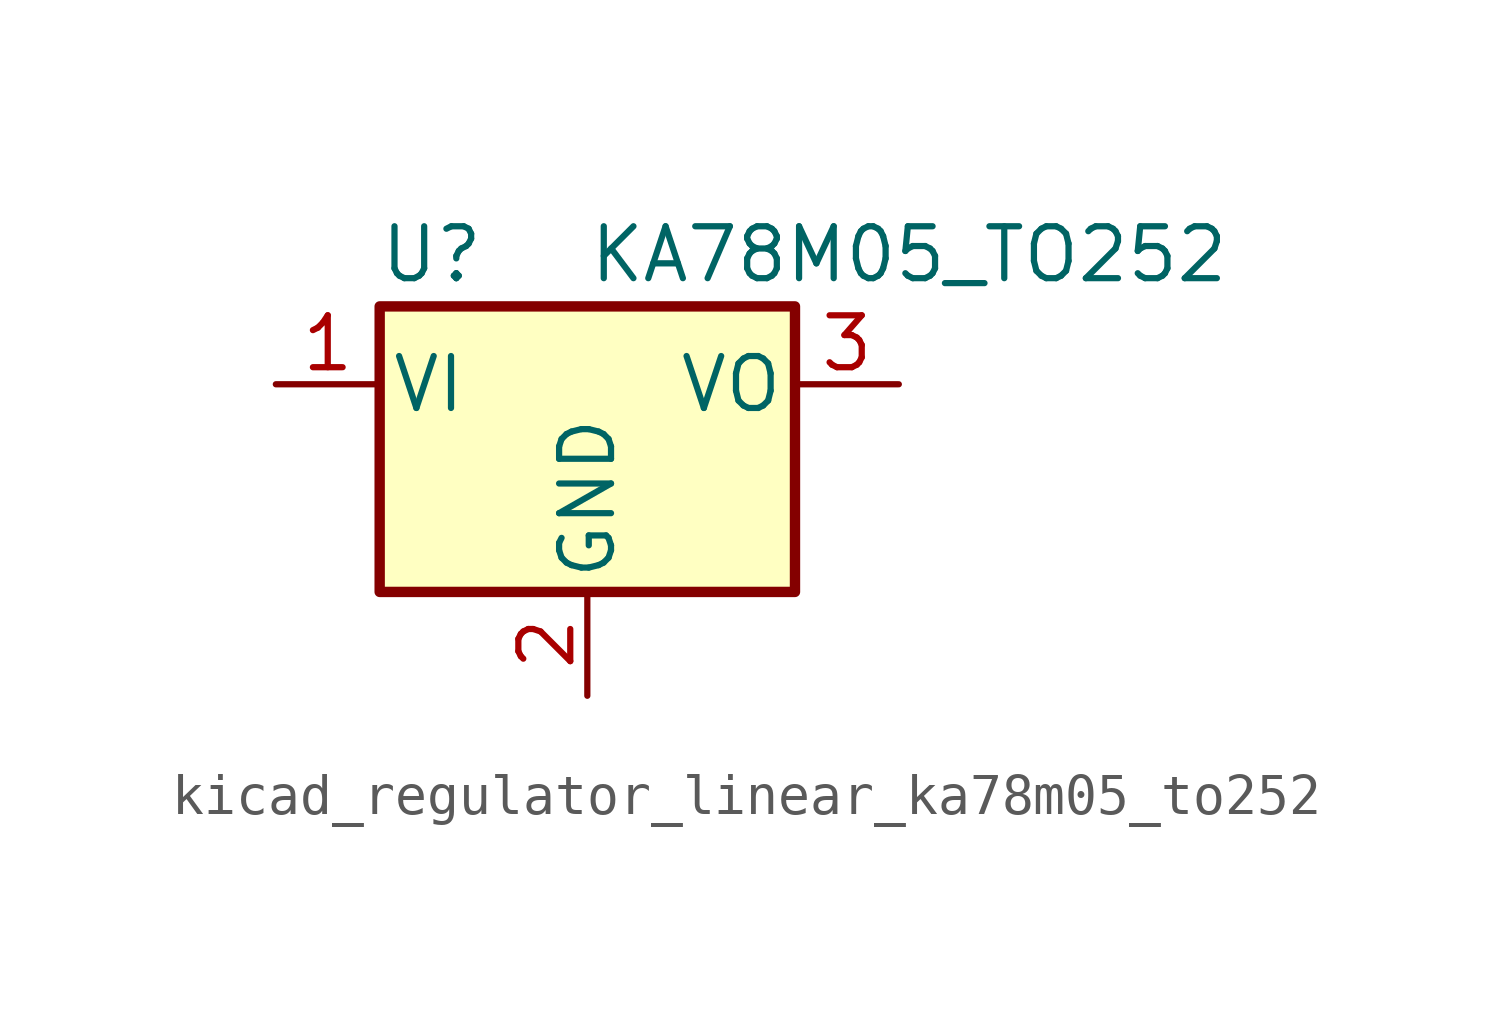
<source format=kicad_sym>
(kicad_symbol_lib
  (version 20220914)
  (generator kicad_symbol_editor)
  (symbol "kicad_regulator_linear_ka78m05_to252"
    (pin_names
      (offset 0.254))
    (property "Reference" "U"
      (at -3.81 3.175 0)
      (effects (font (size 1.27 1.27))))
    (property "Value" "KA78M05_TO252"
      (at 0 3.175 0)
      (effects (font (size 1.27 1.27)) (justify left)))
    (symbol "kicad_regulator_linear_ka78m05_to252_0_1"
      (rectangle (start -5.08 1.905) (end 5.08 -5.08) (stroke (width 0.254) (type default)) (fill (type background))))
    (symbol "kicad_regulator_linear_ka78m05_to252_1_1"
      (pin power_in line (at -7.62 0 0) (length 2.54) (name "VI" (effects (font (size 1.27 1.27)))) (number "1" (effects (font (size 1.27 1.27)))))
      (pin power_in line (at 0 -7.62 90) (length 2.54) (name "GND" (effects (font (size 1.27 1.27)))) (number "2" (effects (font (size 1.27 1.27)))))
      (pin power_out line (at 7.62 0 180) (length 2.54) (name "VO" (effects (font (size 1.27 1.27)))) (number "3" (effects (font (size 1.27 1.27))))))))
</source>
